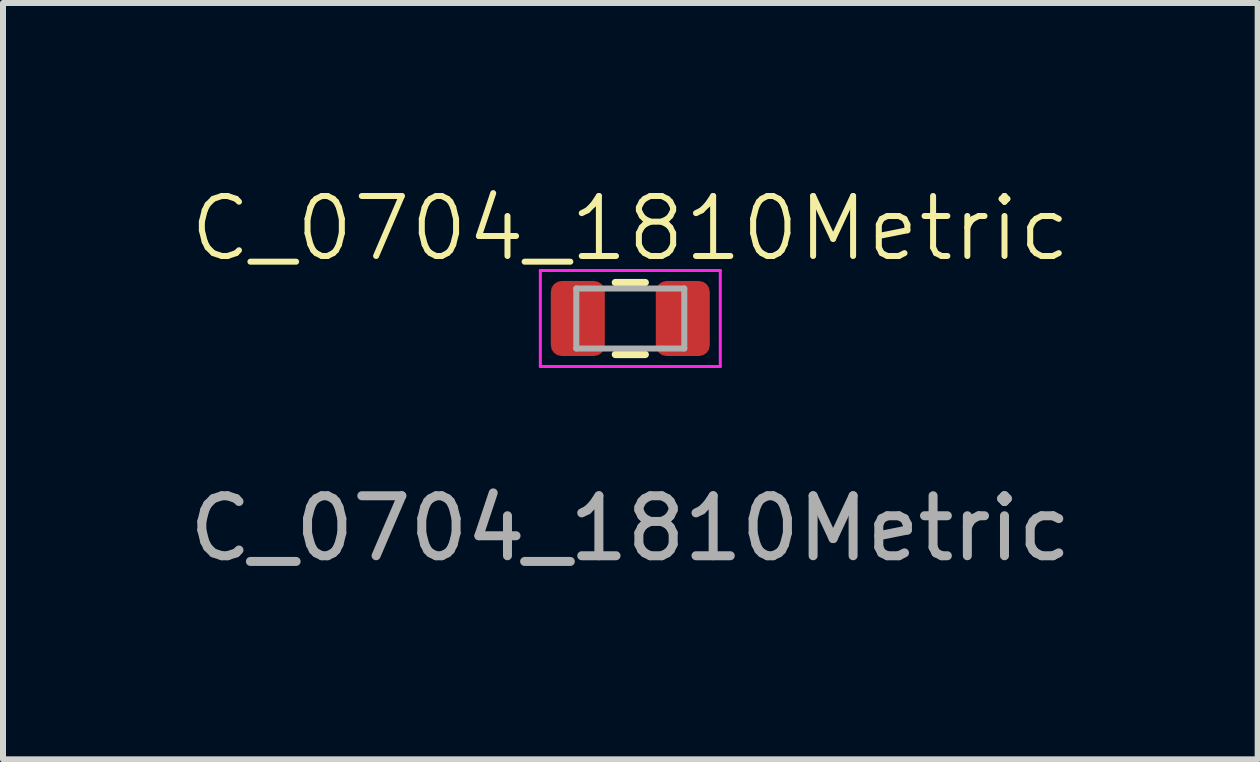
<source format=kicad_pcb>
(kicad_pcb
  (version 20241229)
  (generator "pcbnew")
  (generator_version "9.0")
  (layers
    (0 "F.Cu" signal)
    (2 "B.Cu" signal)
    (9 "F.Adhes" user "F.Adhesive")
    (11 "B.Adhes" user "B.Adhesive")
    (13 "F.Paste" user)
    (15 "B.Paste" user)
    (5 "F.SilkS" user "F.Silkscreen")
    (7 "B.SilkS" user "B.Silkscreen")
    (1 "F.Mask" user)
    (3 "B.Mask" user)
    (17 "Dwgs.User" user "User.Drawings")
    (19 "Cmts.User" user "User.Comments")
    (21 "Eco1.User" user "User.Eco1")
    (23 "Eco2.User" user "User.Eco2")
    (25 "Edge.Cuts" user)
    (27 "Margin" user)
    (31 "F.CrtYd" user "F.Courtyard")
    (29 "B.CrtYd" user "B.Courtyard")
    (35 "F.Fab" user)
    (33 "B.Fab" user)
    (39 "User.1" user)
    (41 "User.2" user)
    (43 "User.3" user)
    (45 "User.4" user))
  (footprint "C_0704_1810Metric"
    (layer "F.Cu")
    (at 7.458 2.26)
    (property "Reference" "C_0704_1810Metric" (at 0 -1.5 0) (unlocked yes) (layer "F.SilkS") (effects (font (size 1 1) (thickness 0.1))))
    (attr smd)
    (fp_line (start -0.25 -0.6) (end 0.25 -0.6) (stroke (width 0.12) (type solid)) (layer "F.SilkS"))
    (fp_line (start -0.25 0.6) (end 0.25 0.6) (stroke (width 0.12) (type solid)) (layer "F.SilkS"))
    (fp_line (start -1.5 -0.8) (end 1.5 -0.8) (stroke (width 0.05) (type solid)) (layer "F.CrtYd"))
    (fp_line (start -1.5 0.8) (end -1.5 -0.8) (stroke (width 0.05) (type solid)) (layer "F.CrtYd"))
    (fp_line (start 1.5 -0.8) (end 1.5 0.8) (stroke (width 0.05) (type solid)) (layer "F.CrtYd"))
    (fp_line (start 1.5 0.8) (end -1.5 0.8) (stroke (width 0.05) (type solid)) (layer "F.CrtYd"))
    (fp_line (start -0.9 -0.5) (end 0.9 -0.5) (stroke (width 0.1) (type solid)) (layer "F.Fab"))
    (fp_line (start -0.9 0.5) (end -0.9 -0.5) (stroke (width 0.1) (type solid)) (layer "F.Fab"))
    (fp_line (start 0.9 -0.5) (end 0.9 0.5) (stroke (width 0.1) (type solid)) (layer "F.Fab"))
    (fp_line (start 0.9 0.5) (end -0.9 0.5) (stroke (width 0.1) (type solid)) (layer "F.Fab"))
    (fp_text user "${REFERENCE}" (at 0 3.5 0) (unlocked yes) (layer "F.Fab") (effects (font (size 1 1) (thickness 0.15))))
    (pad "1" smd roundrect (at -0.875 0) (size 0.9 1.25) (layers "F.Cu" "F.Mask" "F.Paste") (roundrect_rratio 0.2))
    (pad "2" smd roundrect (at 0.875 0) (size 0.9 1.25) (layers "F.Cu" "F.Mask" "F.Paste") (roundrect_rratio 0.2)))
  (gr_rect
    (start -3 -3)
    (end 17.917 9.609)
    (stroke (width 0.1) (type default))
    (fill no)
    (layer "Edge.Cuts")))
</source>
